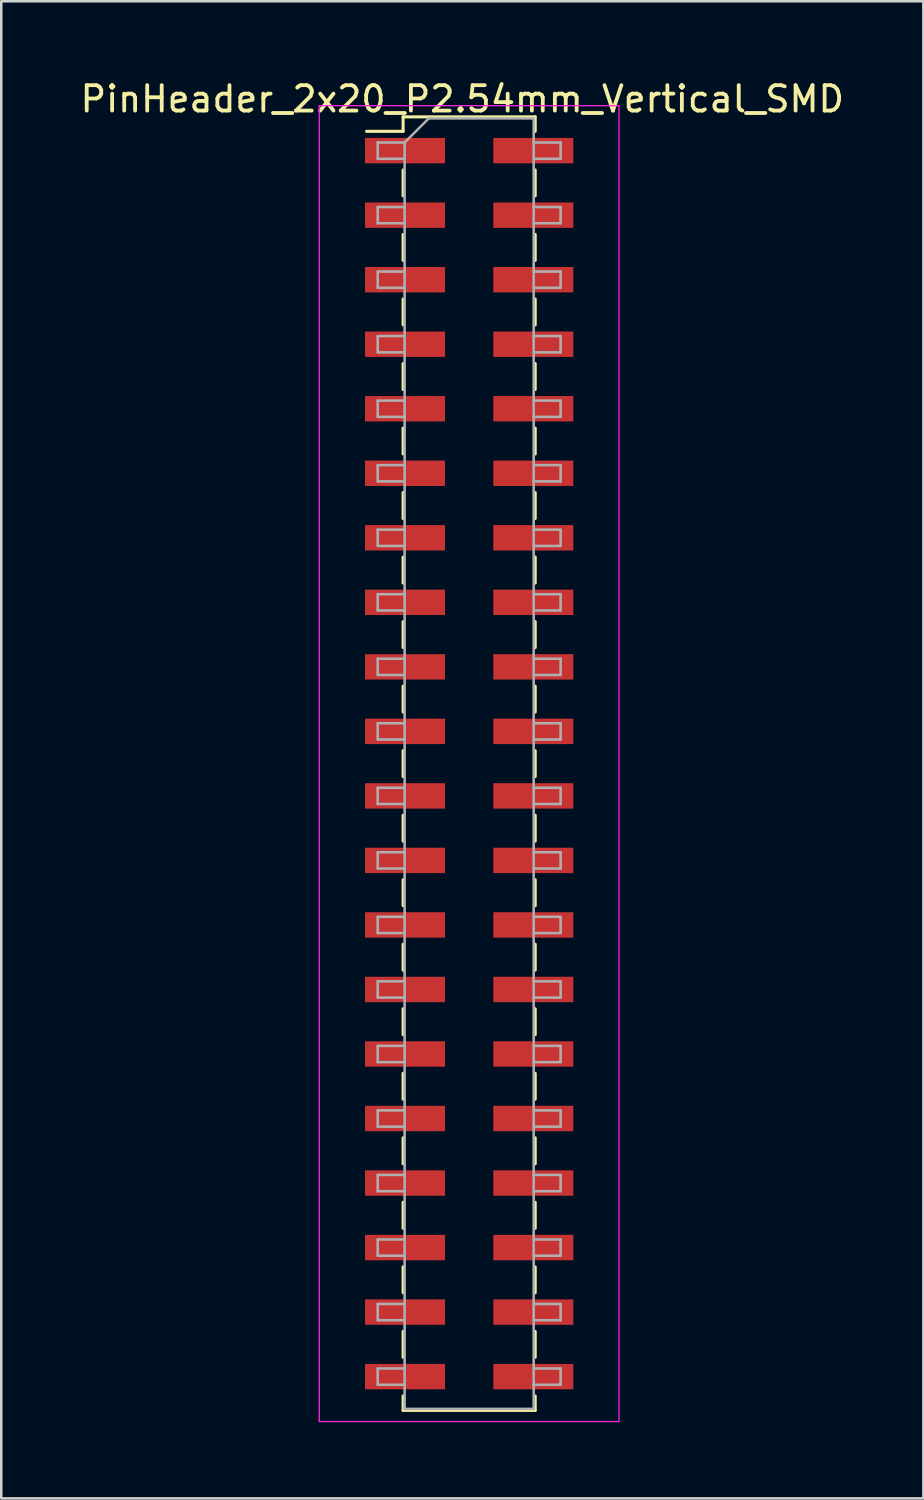
<source format=kicad_pcb>
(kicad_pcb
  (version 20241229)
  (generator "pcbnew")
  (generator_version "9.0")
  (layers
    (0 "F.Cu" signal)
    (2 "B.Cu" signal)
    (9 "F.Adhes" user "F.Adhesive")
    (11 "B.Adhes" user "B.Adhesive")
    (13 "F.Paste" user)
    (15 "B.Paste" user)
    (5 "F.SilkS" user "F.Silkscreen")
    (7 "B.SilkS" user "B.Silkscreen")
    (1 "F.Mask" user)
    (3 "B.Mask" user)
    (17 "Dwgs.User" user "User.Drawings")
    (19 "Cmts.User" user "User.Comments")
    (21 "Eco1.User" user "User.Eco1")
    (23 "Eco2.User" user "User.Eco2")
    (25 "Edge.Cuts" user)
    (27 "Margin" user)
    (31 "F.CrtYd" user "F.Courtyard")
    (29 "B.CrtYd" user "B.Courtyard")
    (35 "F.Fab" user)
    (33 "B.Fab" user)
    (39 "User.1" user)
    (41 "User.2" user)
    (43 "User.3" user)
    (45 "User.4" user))
  (footprint "PinHeader_2x20_P2.54mm_Vertical_SMD"
    (layer "F.Cu")
    (at 15.418 27.01)
    (property "Reference" "PinHeader_2x20_P2.54mm_Vertical_SMD" (at -0.269 -26.162 0) (layer "F.SilkS") (effects (font (size 1 1) (thickness 0.15))))
    (attr smd)
    (fp_line (start -4.04 -24.89) (end -2.6 -24.89) (stroke (width 0.12) (type solid)) (layer "F.SilkS"))
    (fp_line (start -2.6 -25.46) (end -2.6 -24.89) (stroke (width 0.12) (type solid)) (layer "F.SilkS"))
    (fp_line (start -2.6 -25.46) (end 2.6 -25.46) (stroke (width 0.12) (type solid)) (layer "F.SilkS"))
    (fp_line (start -2.6 -23.37) (end -2.6 -22.35) (stroke (width 0.12) (type solid)) (layer "F.SilkS"))
    (fp_line (start -2.6 -20.83) (end -2.6 -19.81) (stroke (width 0.12) (type solid)) (layer "F.SilkS"))
    (fp_line (start -2.6 -18.29) (end -2.6 -17.27) (stroke (width 0.12) (type solid)) (layer "F.SilkS"))
    (fp_line (start -2.6 -15.75) (end -2.6 -14.73) (stroke (width 0.12) (type solid)) (layer "F.SilkS"))
    (fp_line (start -2.6 -13.21) (end -2.6 -12.19) (stroke (width 0.12) (type solid)) (layer "F.SilkS"))
    (fp_line (start -2.6 -10.67) (end -2.6 -9.65) (stroke (width 0.12) (type solid)) (layer "F.SilkS"))
    (fp_line (start -2.6 -8.13) (end -2.6 -7.11) (stroke (width 0.12) (type solid)) (layer "F.SilkS"))
    (fp_line (start -2.6 -5.59) (end -2.6 -4.57) (stroke (width 0.12) (type solid)) (layer "F.SilkS"))
    (fp_line (start -2.6 -3.05) (end -2.6 -2.03) (stroke (width 0.12) (type solid)) (layer "F.SilkS"))
    (fp_line (start -2.6 -0.51) (end -2.6 0.51) (stroke (width 0.12) (type solid)) (layer "F.SilkS"))
    (fp_line (start -2.6 2.03) (end -2.6 3.05) (stroke (width 0.12) (type solid)) (layer "F.SilkS"))
    (fp_line (start -2.6 4.57) (end -2.6 5.59) (stroke (width 0.12) (type solid)) (layer "F.SilkS"))
    (fp_line (start -2.6 7.11) (end -2.6 8.13) (stroke (width 0.12) (type solid)) (layer "F.SilkS"))
    (fp_line (start -2.6 9.65) (end -2.6 10.67) (stroke (width 0.12) (type solid)) (layer "F.SilkS"))
    (fp_line (start -2.6 12.19) (end -2.6 13.21) (stroke (width 0.12) (type solid)) (layer "F.SilkS"))
    (fp_line (start -2.6 14.73) (end -2.6 15.75) (stroke (width 0.12) (type solid)) (layer "F.SilkS"))
    (fp_line (start -2.6 17.27) (end -2.6 18.29) (stroke (width 0.12) (type solid)) (layer "F.SilkS"))
    (fp_line (start -2.6 19.81) (end -2.6 20.83) (stroke (width 0.12) (type solid)) (layer "F.SilkS"))
    (fp_line (start -2.6 22.35) (end -2.6 23.37) (stroke (width 0.12) (type solid)) (layer "F.SilkS"))
    (fp_line (start -2.6 24.89) (end -2.6 25.46) (stroke (width 0.12) (type solid)) (layer "F.SilkS"))
    (fp_line (start -2.6 25.46) (end 2.6 25.46) (stroke (width 0.12) (type solid)) (layer "F.SilkS"))
    (fp_line (start 2.6 -25.46) (end 2.6 -24.89) (stroke (width 0.12) (type solid)) (layer "F.SilkS"))
    (fp_line (start 2.6 -23.37) (end 2.6 -22.35) (stroke (width 0.12) (type solid)) (layer "F.SilkS"))
    (fp_line (start 2.6 -20.83) (end 2.6 -19.81) (stroke (width 0.12) (type solid)) (layer "F.SilkS"))
    (fp_line (start 2.6 -18.29) (end 2.6 -17.27) (stroke (width 0.12) (type solid)) (layer "F.SilkS"))
    (fp_line (start 2.6 -15.75) (end 2.6 -14.73) (stroke (width 0.12) (type solid)) (layer "F.SilkS"))
    (fp_line (start 2.6 -13.21) (end 2.6 -12.19) (stroke (width 0.12) (type solid)) (layer "F.SilkS"))
    (fp_line (start 2.6 -10.67) (end 2.6 -9.65) (stroke (width 0.12) (type solid)) (layer "F.SilkS"))
    (fp_line (start 2.6 -8.13) (end 2.6 -7.11) (stroke (width 0.12) (type solid)) (layer "F.SilkS"))
    (fp_line (start 2.6 -5.59) (end 2.6 -4.57) (stroke (width 0.12) (type solid)) (layer "F.SilkS"))
    (fp_line (start 2.6 -3.05) (end 2.6 -2.03) (stroke (width 0.12) (type solid)) (layer "F.SilkS"))
    (fp_line (start 2.6 -0.51) (end 2.6 0.51) (stroke (width 0.12) (type solid)) (layer "F.SilkS"))
    (fp_line (start 2.6 2.03) (end 2.6 3.05) (stroke (width 0.12) (type solid)) (layer "F.SilkS"))
    (fp_line (start 2.6 4.57) (end 2.6 5.59) (stroke (width 0.12) (type solid)) (layer "F.SilkS"))
    (fp_line (start 2.6 7.11) (end 2.6 8.13) (stroke (width 0.12) (type solid)) (layer "F.SilkS"))
    (fp_line (start 2.6 9.65) (end 2.6 10.67) (stroke (width 0.12) (type solid)) (layer "F.SilkS"))
    (fp_line (start 2.6 12.19) (end 2.6 13.21) (stroke (width 0.12) (type solid)) (layer "F.SilkS"))
    (fp_line (start 2.6 14.73) (end 2.6 15.75) (stroke (width 0.12) (type solid)) (layer "F.SilkS"))
    (fp_line (start 2.6 17.27) (end 2.6 18.29) (stroke (width 0.12) (type solid)) (layer "F.SilkS"))
    (fp_line (start 2.6 19.81) (end 2.6 20.83) (stroke (width 0.12) (type solid)) (layer "F.SilkS"))
    (fp_line (start 2.6 22.35) (end 2.6 23.37) (stroke (width 0.12) (type solid)) (layer "F.SilkS"))
    (fp_line (start 2.6 24.89) (end 2.6 25.46) (stroke (width 0.12) (type solid)) (layer "F.SilkS"))
    (fp_line (start -5.9 -25.9) (end -5.9 25.9) (stroke (width 0.05) (type solid)) (layer "F.CrtYd"))
    (fp_line (start -5.9 25.9) (end 5.9 25.9) (stroke (width 0.05) (type solid)) (layer "F.CrtYd"))
    (fp_line (start 5.9 -25.9) (end -5.9 -25.9) (stroke (width 0.05) (type solid)) (layer "F.CrtYd"))
    (fp_line (start 5.9 25.9) (end 5.9 -25.9) (stroke (width 0.05) (type solid)) (layer "F.CrtYd"))
    (fp_line (start -3.6 -24.45) (end -3.6 -23.81) (stroke (width 0.1) (type solid)) (layer "F.Fab"))
    (fp_line (start -3.6 -23.81) (end -2.54 -23.81) (stroke (width 0.1) (type solid)) (layer "F.Fab"))
    (fp_line (start -3.6 -21.91) (end -3.6 -21.27) (stroke (width 0.1) (type solid)) (layer "F.Fab"))
    (fp_line (start -3.6 -21.27) (end -2.54 -21.27) (stroke (width 0.1) (type solid)) (layer "F.Fab"))
    (fp_line (start -3.6 -19.37) (end -3.6 -18.73) (stroke (width 0.1) (type solid)) (layer "F.Fab"))
    (fp_line (start -3.6 -18.73) (end -2.54 -18.73) (stroke (width 0.1) (type solid)) (layer "F.Fab"))
    (fp_line (start -3.6 -16.83) (end -3.6 -16.19) (stroke (width 0.1) (type solid)) (layer "F.Fab"))
    (fp_line (start -3.6 -16.19) (end -2.54 -16.19) (stroke (width 0.1) (type solid)) (layer "F.Fab"))
    (fp_line (start -3.6 -14.29) (end -3.6 -13.65) (stroke (width 0.1) (type solid)) (layer "F.Fab"))
    (fp_line (start -3.6 -13.65) (end -2.54 -13.65) (stroke (width 0.1) (type solid)) (layer "F.Fab"))
    (fp_line (start -3.6 -11.75) (end -3.6 -11.11) (stroke (width 0.1) (type solid)) (layer "F.Fab"))
    (fp_line (start -3.6 -11.11) (end -2.54 -11.11) (stroke (width 0.1) (type solid)) (layer "F.Fab"))
    (fp_line (start -3.6 -9.21) (end -3.6 -8.57) (stroke (width 0.1) (type solid)) (layer "F.Fab"))
    (fp_line (start -3.6 -8.57) (end -2.54 -8.57) (stroke (width 0.1) (type solid)) (layer "F.Fab"))
    (fp_line (start -3.6 -6.67) (end -3.6 -6.03) (stroke (width 0.1) (type solid)) (layer "F.Fab"))
    (fp_line (start -3.6 -6.03) (end -2.54 -6.03) (stroke (width 0.1) (type solid)) (layer "F.Fab"))
    (fp_line (start -3.6 -4.13) (end -3.6 -3.49) (stroke (width 0.1) (type solid)) (layer "F.Fab"))
    (fp_line (start -3.6 -3.49) (end -2.54 -3.49) (stroke (width 0.1) (type solid)) (layer "F.Fab"))
    (fp_line (start -3.6 -1.59) (end -3.6 -0.95) (stroke (width 0.1) (type solid)) (layer "F.Fab"))
    (fp_line (start -3.6 -0.95) (end -2.54 -0.95) (stroke (width 0.1) (type solid)) (layer "F.Fab"))
    (fp_line (start -3.6 0.95) (end -3.6 1.59) (stroke (width 0.1) (type solid)) (layer "F.Fab"))
    (fp_line (start -3.6 1.59) (end -2.54 1.59) (stroke (width 0.1) (type solid)) (layer "F.Fab"))
    (fp_line (start -3.6 3.49) (end -3.6 4.13) (stroke (width 0.1) (type solid)) (layer "F.Fab"))
    (fp_line (start -3.6 4.13) (end -2.54 4.13) (stroke (width 0.1) (type solid)) (layer "F.Fab"))
    (fp_line (start -3.6 6.03) (end -3.6 6.67) (stroke (width 0.1) (type solid)) (layer "F.Fab"))
    (fp_line (start -3.6 6.67) (end -2.54 6.67) (stroke (width 0.1) (type solid)) (layer "F.Fab"))
    (fp_line (start -3.6 8.57) (end -3.6 9.21) (stroke (width 0.1) (type solid)) (layer "F.Fab"))
    (fp_line (start -3.6 9.21) (end -2.54 9.21) (stroke (width 0.1) (type solid)) (layer "F.Fab"))
    (fp_line (start -3.6 11.11) (end -3.6 11.75) (stroke (width 0.1) (type solid)) (layer "F.Fab"))
    (fp_line (start -3.6 11.75) (end -2.54 11.75) (stroke (width 0.1) (type solid)) (layer "F.Fab"))
    (fp_line (start -3.6 13.65) (end -3.6 14.29) (stroke (width 0.1) (type solid)) (layer "F.Fab"))
    (fp_line (start -3.6 14.29) (end -2.54 14.29) (stroke (width 0.1) (type solid)) (layer "F.Fab"))
    (fp_line (start -3.6 16.19) (end -3.6 16.83) (stroke (width 0.1) (type solid)) (layer "F.Fab"))
    (fp_line (start -3.6 16.83) (end -2.54 16.83) (stroke (width 0.1) (type solid)) (layer "F.Fab"))
    (fp_line (start -3.6 18.73) (end -3.6 19.37) (stroke (width 0.1) (type solid)) (layer "F.Fab"))
    (fp_line (start -3.6 19.37) (end -2.54 19.37) (stroke (width 0.1) (type solid)) (layer "F.Fab"))
    (fp_line (start -3.6 21.27) (end -3.6 21.91) (stroke (width 0.1) (type solid)) (layer "F.Fab"))
    (fp_line (start -3.6 21.91) (end -2.54 21.91) (stroke (width 0.1) (type solid)) (layer "F.Fab"))
    (fp_line (start -3.6 23.81) (end -3.6 24.45) (stroke (width 0.1) (type solid)) (layer "F.Fab"))
    (fp_line (start -3.6 24.45) (end -2.54 24.45) (stroke (width 0.1) (type solid)) (layer "F.Fab"))
    (fp_line (start -2.54 -24.45) (end -3.6 -24.45) (stroke (width 0.1) (type solid)) (layer "F.Fab"))
    (fp_line (start -2.54 -24.45) (end -1.59 -25.4) (stroke (width 0.1) (type solid)) (layer "F.Fab"))
    (fp_line (start -2.54 -21.91) (end -3.6 -21.91) (stroke (width 0.1) (type solid)) (layer "F.Fab"))
    (fp_line (start -2.54 -19.37) (end -3.6 -19.37) (stroke (width 0.1) (type solid)) (layer "F.Fab"))
    (fp_line (start -2.54 -16.83) (end -3.6 -16.83) (stroke (width 0.1) (type solid)) (layer "F.Fab"))
    (fp_line (start -2.54 -14.29) (end -3.6 -14.29) (stroke (width 0.1) (type solid)) (layer "F.Fab"))
    (fp_line (start -2.54 -11.75) (end -3.6 -11.75) (stroke (width 0.1) (type solid)) (layer "F.Fab"))
    (fp_line (start -2.54 -9.21) (end -3.6 -9.21) (stroke (width 0.1) (type solid)) (layer "F.Fab"))
    (fp_line (start -2.54 -6.67) (end -3.6 -6.67) (stroke (width 0.1) (type solid)) (layer "F.Fab"))
    (fp_line (start -2.54 -4.13) (end -3.6 -4.13) (stroke (width 0.1) (type solid)) (layer "F.Fab"))
    (fp_line (start -2.54 -1.59) (end -3.6 -1.59) (stroke (width 0.1) (type solid)) (layer "F.Fab"))
    (fp_line (start -2.54 0.95) (end -3.6 0.95) (stroke (width 0.1) (type solid)) (layer "F.Fab"))
    (fp_line (start -2.54 3.49) (end -3.6 3.49) (stroke (width 0.1) (type solid)) (layer "F.Fab"))
    (fp_line (start -2.54 6.03) (end -3.6 6.03) (stroke (width 0.1) (type solid)) (layer "F.Fab"))
    (fp_line (start -2.54 8.57) (end -3.6 8.57) (stroke (width 0.1) (type solid)) (layer "F.Fab"))
    (fp_line (start -2.54 11.11) (end -3.6 11.11) (stroke (width 0.1) (type solid)) (layer "F.Fab"))
    (fp_line (start -2.54 13.65) (end -3.6 13.65) (stroke (width 0.1) (type solid)) (layer "F.Fab"))
    (fp_line (start -2.54 16.19) (end -3.6 16.19) (stroke (width 0.1) (type solid)) (layer "F.Fab"))
    (fp_line (start -2.54 18.73) (end -3.6 18.73) (stroke (width 0.1) (type solid)) (layer "F.Fab"))
    (fp_line (start -2.54 21.27) (end -3.6 21.27) (stroke (width 0.1) (type solid)) (layer "F.Fab"))
    (fp_line (start -2.54 23.81) (end -3.6 23.81) (stroke (width 0.1) (type solid)) (layer "F.Fab"))
    (fp_line (start -2.54 25.4) (end -2.54 -24.45) (stroke (width 0.1) (type solid)) (layer "F.Fab"))
    (fp_line (start -1.59 -25.4) (end 2.54 -25.4) (stroke (width 0.1) (type solid)) (layer "F.Fab"))
    (fp_line (start 2.54 -25.4) (end 2.54 25.4) (stroke (width 0.1) (type solid)) (layer "F.Fab"))
    (fp_line (start 2.54 -24.45) (end 3.6 -24.45) (stroke (width 0.1) (type solid)) (layer "F.Fab"))
    (fp_line (start 2.54 -21.91) (end 3.6 -21.91) (stroke (width 0.1) (type solid)) (layer "F.Fab"))
    (fp_line (start 2.54 -19.37) (end 3.6 -19.37) (stroke (width 0.1) (type solid)) (layer "F.Fab"))
    (fp_line (start 2.54 -16.83) (end 3.6 -16.83) (stroke (width 0.1) (type solid)) (layer "F.Fab"))
    (fp_line (start 2.54 -14.29) (end 3.6 -14.29) (stroke (width 0.1) (type solid)) (layer "F.Fab"))
    (fp_line (start 2.54 -11.75) (end 3.6 -11.75) (stroke (width 0.1) (type solid)) (layer "F.Fab"))
    (fp_line (start 2.54 -9.21) (end 3.6 -9.21) (stroke (width 0.1) (type solid)) (layer "F.Fab"))
    (fp_line (start 2.54 -6.67) (end 3.6 -6.67) (stroke (width 0.1) (type solid)) (layer "F.Fab"))
    (fp_line (start 2.54 -4.13) (end 3.6 -4.13) (stroke (width 0.1) (type solid)) (layer "F.Fab"))
    (fp_line (start 2.54 -1.59) (end 3.6 -1.59) (stroke (width 0.1) (type solid)) (layer "F.Fab"))
    (fp_line (start 2.54 0.95) (end 3.6 0.95) (stroke (width 0.1) (type solid)) (layer "F.Fab"))
    (fp_line (start 2.54 3.49) (end 3.6 3.49) (stroke (width 0.1) (type solid)) (layer "F.Fab"))
    (fp_line (start 2.54 6.03) (end 3.6 6.03) (stroke (width 0.1) (type solid)) (layer "F.Fab"))
    (fp_line (start 2.54 8.57) (end 3.6 8.57) (stroke (width 0.1) (type solid)) (layer "F.Fab"))
    (fp_line (start 2.54 11.11) (end 3.6 11.11) (stroke (width 0.1) (type solid)) (layer "F.Fab"))
    (fp_line (start 2.54 13.65) (end 3.6 13.65) (stroke (width 0.1) (type solid)) (layer "F.Fab"))
    (fp_line (start 2.54 16.19) (end 3.6 16.19) (stroke (width 0.1) (type solid)) (layer "F.Fab"))
    (fp_line (start 2.54 18.73) (end 3.6 18.73) (stroke (width 0.1) (type solid)) (layer "F.Fab"))
    (fp_line (start 2.54 21.27) (end 3.6 21.27) (stroke (width 0.1) (type solid)) (layer "F.Fab"))
    (fp_line (start 2.54 23.81) (end 3.6 23.81) (stroke (width 0.1) (type solid)) (layer "F.Fab"))
    (fp_line (start 2.54 25.4) (end -2.54 25.4) (stroke (width 0.1) (type solid)) (layer "F.Fab"))
    (fp_line (start 3.6 -24.45) (end 3.6 -23.81) (stroke (width 0.1) (type solid)) (layer "F.Fab"))
    (fp_line (start 3.6 -23.81) (end 2.54 -23.81) (stroke (width 0.1) (type solid)) (layer "F.Fab"))
    (fp_line (start 3.6 -21.91) (end 3.6 -21.27) (stroke (width 0.1) (type solid)) (layer "F.Fab"))
    (fp_line (start 3.6 -21.27) (end 2.54 -21.27) (stroke (width 0.1) (type solid)) (layer "F.Fab"))
    (fp_line (start 3.6 -19.37) (end 3.6 -18.73) (stroke (width 0.1) (type solid)) (layer "F.Fab"))
    (fp_line (start 3.6 -18.73) (end 2.54 -18.73) (stroke (width 0.1) (type solid)) (layer "F.Fab"))
    (fp_line (start 3.6 -16.83) (end 3.6 -16.19) (stroke (width 0.1) (type solid)) (layer "F.Fab"))
    (fp_line (start 3.6 -16.19) (end 2.54 -16.19) (stroke (width 0.1) (type solid)) (layer "F.Fab"))
    (fp_line (start 3.6 -14.29) (end 3.6 -13.65) (stroke (width 0.1) (type solid)) (layer "F.Fab"))
    (fp_line (start 3.6 -13.65) (end 2.54 -13.65) (stroke (width 0.1) (type solid)) (layer "F.Fab"))
    (fp_line (start 3.6 -11.75) (end 3.6 -11.11) (stroke (width 0.1) (type solid)) (layer "F.Fab"))
    (fp_line (start 3.6 -11.11) (end 2.54 -11.11) (stroke (width 0.1) (type solid)) (layer "F.Fab"))
    (fp_line (start 3.6 -9.21) (end 3.6 -8.57) (stroke (width 0.1) (type solid)) (layer "F.Fab"))
    (fp_line (start 3.6 -8.57) (end 2.54 -8.57) (stroke (width 0.1) (type solid)) (layer "F.Fab"))
    (fp_line (start 3.6 -6.67) (end 3.6 -6.03) (stroke (width 0.1) (type solid)) (layer "F.Fab"))
    (fp_line (start 3.6 -6.03) (end 2.54 -6.03) (stroke (width 0.1) (type solid)) (layer "F.Fab"))
    (fp_line (start 3.6 -4.13) (end 3.6 -3.49) (stroke (width 0.1) (type solid)) (layer "F.Fab"))
    (fp_line (start 3.6 -3.49) (end 2.54 -3.49) (stroke (width 0.1) (type solid)) (layer "F.Fab"))
    (fp_line (start 3.6 -1.59) (end 3.6 -0.95) (stroke (width 0.1) (type solid)) (layer "F.Fab"))
    (fp_line (start 3.6 -0.95) (end 2.54 -0.95) (stroke (width 0.1) (type solid)) (layer "F.Fab"))
    (fp_line (start 3.6 0.95) (end 3.6 1.59) (stroke (width 0.1) (type solid)) (layer "F.Fab"))
    (fp_line (start 3.6 1.59) (end 2.54 1.59) (stroke (width 0.1) (type solid)) (layer "F.Fab"))
    (fp_line (start 3.6 3.49) (end 3.6 4.13) (stroke (width 0.1) (type solid)) (layer "F.Fab"))
    (fp_line (start 3.6 4.13) (end 2.54 4.13) (stroke (width 0.1) (type solid)) (layer "F.Fab"))
    (fp_line (start 3.6 6.03) (end 3.6 6.67) (stroke (width 0.1) (type solid)) (layer "F.Fab"))
    (fp_line (start 3.6 6.67) (end 2.54 6.67) (stroke (width 0.1) (type solid)) (layer "F.Fab"))
    (fp_line (start 3.6 8.57) (end 3.6 9.21) (stroke (width 0.1) (type solid)) (layer "F.Fab"))
    (fp_line (start 3.6 9.21) (end 2.54 9.21) (stroke (width 0.1) (type solid)) (layer "F.Fab"))
    (fp_line (start 3.6 11.11) (end 3.6 11.75) (stroke (width 0.1) (type solid)) (layer "F.Fab"))
    (fp_line (start 3.6 11.75) (end 2.54 11.75) (stroke (width 0.1) (type solid)) (layer "F.Fab"))
    (fp_line (start 3.6 13.65) (end 3.6 14.29) (stroke (width 0.1) (type solid)) (layer "F.Fab"))
    (fp_line (start 3.6 14.29) (end 2.54 14.29) (stroke (width 0.1) (type solid)) (layer "F.Fab"))
    (fp_line (start 3.6 16.19) (end 3.6 16.83) (stroke (width 0.1) (type solid)) (layer "F.Fab"))
    (fp_line (start 3.6 16.83) (end 2.54 16.83) (stroke (width 0.1) (type solid)) (layer "F.Fab"))
    (fp_line (start 3.6 18.73) (end 3.6 19.37) (stroke (width 0.1) (type solid)) (layer "F.Fab"))
    (fp_line (start 3.6 19.37) (end 2.54 19.37) (stroke (width 0.1) (type solid)) (layer "F.Fab"))
    (fp_line (start 3.6 21.27) (end 3.6 21.91) (stroke (width 0.1) (type solid)) (layer "F.Fab"))
    (fp_line (start 3.6 21.91) (end 2.54 21.91) (stroke (width 0.1) (type solid)) (layer "F.Fab"))
    (fp_line (start 3.6 23.81) (end 3.6 24.45) (stroke (width 0.1) (type solid)) (layer "F.Fab"))
    (fp_line (start 3.6 24.45) (end 2.54 24.45) (stroke (width 0.1) (type solid)) (layer "F.Fab"))
    (pad "1" smd rect (at -2.525 -24.13 180) (size 3.15 1) (layers "F.Cu" "F.Mask" "F.Paste"))
    (pad "2" smd rect (at 2.525 -24.13 180) (size 3.15 1) (layers "F.Cu" "F.Mask" "F.Paste"))
    (pad "3" smd rect (at -2.525 -21.59 180) (size 3.15 1) (layers "F.Cu" "F.Mask" "F.Paste"))
    (pad "4" smd rect (at 2.525 -21.59 180) (size 3.15 1) (layers "F.Cu" "F.Mask" "F.Paste"))
    (pad "5" smd rect (at -2.525 -19.05 180) (size 3.15 1) (layers "F.Cu" "F.Mask" "F.Paste"))
    (pad "6" smd rect (at 2.525 -19.05 180) (size 3.15 1) (layers "F.Cu" "F.Mask" "F.Paste"))
    (pad "7" smd rect (at -2.525 -16.51 180) (size 3.15 1) (layers "F.Cu" "F.Mask" "F.Paste"))
    (pad "8" smd rect (at 2.525 -16.51 180) (size 3.15 1) (layers "F.Cu" "F.Mask" "F.Paste"))
    (pad "9" smd rect (at -2.525 -13.97 180) (size 3.15 1) (layers "F.Cu" "F.Mask" "F.Paste"))
    (pad "10" smd rect (at 2.525 -13.97 180) (size 3.15 1) (layers "F.Cu" "F.Mask" "F.Paste"))
    (pad "11" smd rect (at -2.525 -11.43 180) (size 3.15 1) (layers "F.Cu" "F.Mask" "F.Paste"))
    (pad "12" smd rect (at 2.525 -11.43 180) (size 3.15 1) (layers "F.Cu" "F.Mask" "F.Paste"))
    (pad "13" smd rect (at -2.525 -8.89 180) (size 3.15 1) (layers "F.Cu" "F.Mask" "F.Paste"))
    (pad "14" smd rect (at 2.525 -8.89 180) (size 3.15 1) (layers "F.Cu" "F.Mask" "F.Paste"))
    (pad "15" smd rect (at -2.525 -6.35 180) (size 3.15 1) (layers "F.Cu" "F.Mask" "F.Paste"))
    (pad "16" smd rect (at 2.525 -6.35 180) (size 3.15 1) (layers "F.Cu" "F.Mask" "F.Paste"))
    (pad "17" smd rect (at -2.525 -3.81 180) (size 3.15 1) (layers "F.Cu" "F.Mask" "F.Paste"))
    (pad "18" smd rect (at 2.525 -3.81 180) (size 3.15 1) (layers "F.Cu" "F.Mask" "F.Paste"))
    (pad "19" smd rect (at -2.525 -1.27 180) (size 3.15 1) (layers "F.Cu" "F.Mask" "F.Paste"))
    (pad "20" smd rect (at 2.525 -1.27 180) (size 3.15 1) (layers "F.Cu" "F.Mask" "F.Paste"))
    (pad "21" smd rect (at -2.525 1.27 180) (size 3.15 1) (layers "F.Cu" "F.Mask" "F.Paste"))
    (pad "22" smd rect (at 2.525 1.27 180) (size 3.15 1) (layers "F.Cu" "F.Mask" "F.Paste"))
    (pad "23" smd rect (at -2.525 3.81 180) (size 3.15 1) (layers "F.Cu" "F.Mask" "F.Paste"))
    (pad "24" smd rect (at 2.525 3.81 180) (size 3.15 1) (layers "F.Cu" "F.Mask" "F.Paste"))
    (pad "25" smd rect (at -2.525 6.35 180) (size 3.15 1) (layers "F.Cu" "F.Mask" "F.Paste"))
    (pad "26" smd rect (at 2.525 6.35 180) (size 3.15 1) (layers "F.Cu" "F.Mask" "F.Paste"))
    (pad "27" smd rect (at -2.525 8.89 180) (size 3.15 1) (layers "F.Cu" "F.Mask" "F.Paste"))
    (pad "28" smd rect (at 2.525 8.89 180) (size 3.15 1) (layers "F.Cu" "F.Mask" "F.Paste"))
    (pad "29" smd rect (at -2.525 11.43 180) (size 3.15 1) (layers "F.Cu" "F.Mask" "F.Paste"))
    (pad "30" smd rect (at 2.525 11.43 180) (size 3.15 1) (layers "F.Cu" "F.Mask" "F.Paste"))
    (pad "31" smd rect (at -2.525 13.97 180) (size 3.15 1) (layers "F.Cu" "F.Mask" "F.Paste"))
    (pad "32" smd rect (at 2.525 13.97 180) (size 3.15 1) (layers "F.Cu" "F.Mask" "F.Paste"))
    (pad "33" smd rect (at -2.525 16.51 180) (size 3.15 1) (layers "F.Cu" "F.Mask" "F.Paste"))
    (pad "34" smd rect (at 2.525 16.51 180) (size 3.15 1) (layers "F.Cu" "F.Mask" "F.Paste"))
    (pad "35" smd rect (at -2.525 19.05 180) (size 3.15 1) (layers "F.Cu" "F.Mask" "F.Paste"))
    (pad "36" smd rect (at 2.525 19.05 180) (size 3.15 1) (layers "F.Cu" "F.Mask" "F.Paste"))
    (pad "37" smd rect (at -2.525 21.59 180) (size 3.15 1) (layers "F.Cu" "F.Mask" "F.Paste"))
    (pad "38" smd rect (at 2.525 21.59 180) (size 3.15 1) (layers "F.Cu" "F.Mask" "F.Paste"))
    (pad "39" smd rect (at -2.525 24.13 180) (size 3.15 1) (layers "F.Cu" "F.Mask" "F.Paste"))
    (pad "40" smd rect (at 2.525 24.13 180) (size 3.15 1) (layers "F.Cu" "F.Mask" "F.Paste")))
  (gr_rect
    (start -3 -3)
    (end 33.298 55.935)
    (stroke (width 0.1) (type default))
    (fill no)
    (layer "Edge.Cuts")))
</source>
